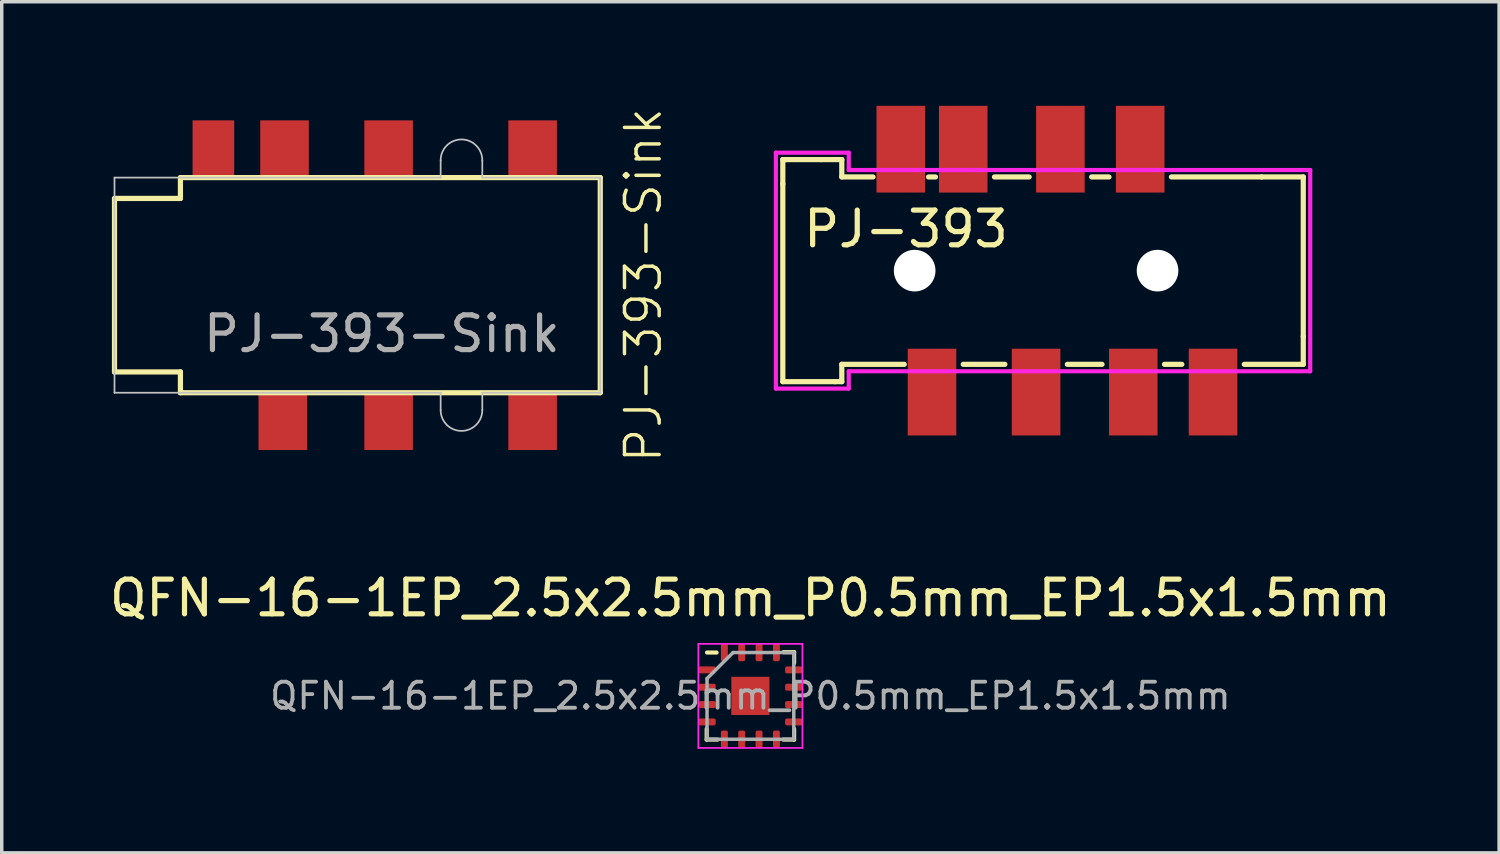
<source format=kicad_pcb>
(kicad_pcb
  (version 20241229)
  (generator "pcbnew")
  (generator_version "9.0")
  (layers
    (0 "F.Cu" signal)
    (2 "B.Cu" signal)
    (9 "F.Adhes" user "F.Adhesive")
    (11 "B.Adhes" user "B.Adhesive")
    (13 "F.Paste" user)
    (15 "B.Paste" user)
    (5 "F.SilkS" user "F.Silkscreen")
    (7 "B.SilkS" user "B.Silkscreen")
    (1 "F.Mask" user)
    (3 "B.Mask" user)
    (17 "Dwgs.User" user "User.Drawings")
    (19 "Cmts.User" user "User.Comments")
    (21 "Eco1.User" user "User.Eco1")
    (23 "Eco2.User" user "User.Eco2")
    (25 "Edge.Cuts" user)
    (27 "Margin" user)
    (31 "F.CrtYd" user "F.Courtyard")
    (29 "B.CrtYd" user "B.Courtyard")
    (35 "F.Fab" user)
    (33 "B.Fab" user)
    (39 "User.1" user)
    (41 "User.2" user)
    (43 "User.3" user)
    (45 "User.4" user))
  (footprint "PJ-393"
    (layer "F.Cu")
    (at 21.011 4.75)
    (property "Reference" "PJ-393" (at 2.05 -1.2 0) (layer "F.SilkS") (effects (font (size 1 1) (thickness 0.15))))
    (attr through_hole)
    (fp_line (start -1.5 -3.2) (end -1.5 -2.5) (stroke (width 0.15) (type solid)) (layer "F.SilkS"))
    (fp_line (start -1.5 -2.5) (end -1.5 3.2) (stroke (width 0.15) (type solid)) (layer "F.SilkS"))
    (fp_line (start -1.5 3.2) (end 0 3.2) (stroke (width 0.15) (type solid)) (layer "F.SilkS"))
    (fp_line (start -1.4 -3.2) (end -1.5 -3.2) (stroke (width 0.15) (type solid)) (layer "F.SilkS"))
    (fp_line (start -0.4 -3.2) (end -1.4 -3.2) (stroke (width 0.15) (type solid)) (layer "F.SilkS"))
    (fp_line (start 0 3.2) (end 0.2 3.2) (stroke (width 0.15) (type solid)) (layer "F.SilkS"))
    (fp_line (start 0.2 -3.2) (end -0.4 -3.2) (stroke (width 0.15) (type solid)) (layer "F.SilkS"))
    (fp_line (start 0.2 -2.7) (end 0.2 -3.2) (stroke (width 0.15) (type solid)) (layer "F.SilkS"))
    (fp_line (start 0.2 2.7) (end 2 2.7) (stroke (width 0.15) (type solid)) (layer "F.SilkS"))
    (fp_line (start 0.2 3.2) (end 0.2 2.7) (stroke (width 0.15) (type solid)) (layer "F.SilkS"))
    (fp_line (start 1.1 -2.7) (end 0.2 -2.7) (stroke (width 0.15) (type solid)) (layer "F.SilkS"))
    (fp_line (start 2.9 -2.7) (end 2.7 -2.7) (stroke (width 0.15) (type solid)) (layer "F.SilkS"))
    (fp_line (start 3.7 2.7) (end 4.9 2.7) (stroke (width 0.15) (type solid)) (layer "F.SilkS"))
    (fp_line (start 5.6 -2.7) (end 4.6 -2.7) (stroke (width 0.15) (type solid)) (layer "F.SilkS"))
    (fp_line (start 6.7 2.7) (end 7.7 2.7) (stroke (width 0.15) (type solid)) (layer "F.SilkS"))
    (fp_line (start 7.9 -2.7) (end 7.4 -2.7) (stroke (width 0.15) (type solid)) (layer "F.SilkS"))
    (fp_line (start 9.5 2.7) (end 10 2.7) (stroke (width 0.15) (type solid)) (layer "F.SilkS"))
    (fp_line (start 11.8 2.7) (end 13.5 2.7) (stroke (width 0.15) (type solid)) (layer "F.SilkS"))
    (fp_line (start 12.3 -2.7) (end 9.7 -2.7) (stroke (width 0.15) (type solid)) (layer "F.SilkS"))
    (fp_line (start 13.5 -2.7) (end 12.3 -2.7) (stroke (width 0.15) (type solid)) (layer "F.SilkS"))
    (fp_line (start 13.5 1.9) (end 13.5 -2.7) (stroke (width 0.15) (type solid)) (layer "F.SilkS"))
    (fp_line (start 13.5 2.7) (end 13.5 1.9) (stroke (width 0.15) (type solid)) (layer "F.SilkS"))
    (fp_line (start -1.7 -3.4) (end -1.7 3.4) (stroke (width 0.12) (type solid)) (layer "F.CrtYd"))
    (fp_line (start -1.7 -3.4) (end 0.4 -3.4) (stroke (width 0.12) (type solid)) (layer "F.CrtYd"))
    (fp_line (start -1.7 3.4) (end 0.4 3.4) (stroke (width 0.12) (type solid)) (layer "F.CrtYd"))
    (fp_line (start 0.4 -3.4) (end 0.4 -2.9) (stroke (width 0.12) (type solid)) (layer "F.CrtYd"))
    (fp_line (start 0.4 -2.9) (end 13.7 -2.9) (stroke (width 0.12) (type solid)) (layer "F.CrtYd"))
    (fp_line (start 0.4 3.4) (end 0.4 2.9) (stroke (width 0.12) (type solid)) (layer "F.CrtYd"))
    (fp_line (start 13.7 -2.9) (end 13.7 2.9) (stroke (width 0.12) (type solid)) (layer "F.CrtYd"))
    (fp_line (start 13.7 2.9) (end 0.4 2.9) (stroke (width 0.12) (type solid)) (layer "F.CrtYd"))
    (pad "" np_thru_hole circle (at 2.3 0) (size 1.2 1.2) (drill 1.2) (layers "*.Cu" "*.Mask"))
    (pad "" np_thru_hole circle (at 9.3 0) (size 1.2 1.2) (drill 1.2) (layers "*.Cu" "*.Mask"))
    (pad "1" smd rect (at 2.8 3.5) (size 1.4 2.5) (layers "F.Cu" "F.Mask" "F.Paste"))
    (pad "2" smd rect (at 8.8 -3.5) (size 1.4 2.5) (layers "F.Cu" "F.Mask" "F.Paste"))
    (pad "3" smd rect (at 8.6 3.5) (size 1.4 2.5) (layers "F.Cu" "F.Mask" "F.Paste"))
    (pad "4" smd rect (at 5.8 3.5) (size 1.4 2.5) (layers "F.Cu" "F.Mask" "F.Paste"))
    (pad "5" smd rect (at 10.9 3.5) (size 1.4 2.5) (layers "F.Cu" "F.Mask" "F.Paste"))
    (pad "6" smd rect (at 6.5 -3.5) (size 1.4 2.5) (layers "F.Cu" "F.Mask" "F.Paste"))
    (pad "7" smd rect (at 3.7 -3.5) (size 1.4 2.5) (layers "F.Cu" "F.Mask" "F.Paste"))
    (pad "8" smd rect (at 1.9 -3.5) (size 1.4 2.5) (layers "F.Cu" "F.Mask" "F.Paste")))
  (footprint "PJ-393-Sink"
    (layer "F.Cu")
    (at 0.25 5.169)
    (property "Reference" "PJ-393-Sink" (at 15.24 0 90) (unlocked yes) (layer "F.SilkS") (effects (font (size 1 1) (thickness 0.1))))
    (attr smd)
    (fp_line (start 0 -2.5) (end 0 2.5) (stroke (width 0.15) (type solid)) (layer "F.SilkS"))
    (fp_line (start 1.9 -3.1) (end 1.9 -2.5) (stroke (width 0.15) (type solid)) (layer "F.SilkS"))
    (fp_line (start 1.9 -3.1) (end 14 -3.1) (stroke (width 0.15) (type solid)) (layer "F.SilkS"))
    (fp_line (start 1.9 -2.5) (end 0 -2.5) (stroke (width 0.15) (type solid)) (layer "F.SilkS"))
    (fp_line (start 1.9 2.5) (end 0 2.5) (stroke (width 0.15) (type solid)) (layer "F.SilkS"))
    (fp_line (start 1.9 2.5) (end 1.9 3.1) (stroke (width 0.15) (type solid)) (layer "F.SilkS"))
    (fp_line (start 1.9 3.1) (end 14 3.1) (stroke (width 0.15) (type solid)) (layer "F.SilkS"))
    (fp_line (start 14 -3.1) (end 14 3.1) (stroke (width 0.15) (type solid)) (layer "F.SilkS"))
    (fp_line (start 0 -3.1) (end 0 3.1) (stroke (width 0.05) (type solid)) (layer "Dwgs.User"))
    (fp_line (start 9.4 -3.1) (end 0 -3.1) (stroke (width 0.05) (type solid)) (layer "Dwgs.User"))
    (fp_line (start 9.4 -3.1) (end 9.4 -3.6) (stroke (width 0.05) (type solid)) (layer "Dwgs.User"))
    (fp_line (start 9.4 3.1) (end 0 3.1) (stroke (width 0.05) (type solid)) (layer "Dwgs.User"))
    (fp_line (start 9.4 3.1) (end 9.4 3.6) (stroke (width 0.05) (type solid)) (layer "Dwgs.User"))
    (fp_line (start 10.6 -3.1) (end 10.6 -3.6) (stroke (width 0.05) (type solid)) (layer "Dwgs.User"))
    (fp_line (start 10.6 -3.1) (end 14 -3.1) (stroke (width 0.05) (type solid)) (layer "Dwgs.User"))
    (fp_line (start 10.6 3.1) (end 10.6 3.6) (stroke (width 0.05) (type solid)) (layer "Dwgs.User"))
    (fp_line (start 10.6 3.1) (end 14 3.1) (stroke (width 0.05) (type solid)) (layer "Dwgs.User"))
    (fp_line (start 14 -3.1) (end 14 3.1) (stroke (width 0.05) (type solid)) (layer "Dwgs.User"))
    (fp_arc (start 9.4 -3.599932) (mid 9.999966 -4.2) (end 10.6 -3.6) (stroke (width 0.05) (type solid)) (layer "Dwgs.User"))
    (fp_arc (start 10.6 3.6) (mid 9.999966 4.2) (end 9.4 3.599932) (stroke (width 0.05) (type solid)) (layer "Dwgs.User"))
    (fp_text user "${REFERENCE}" (at 7.704 1.401 0) (unlocked yes) (layer "F.Fab") (effects (font (size 1 1) (thickness 0.15))))
    (pad "1" smd rect (at 2.85 -3.95) (size 1.2 1.6) (layers "F.Cu" "F.Mask" "F.Paste"))
    (pad "2" smd rect (at 4.85 3.95) (size 1.4 1.6) (layers "F.Cu" "F.Mask" "F.Paste"))
    (pad "3" smd rect (at 4.9 -3.95) (size 1.4 1.6) (layers "F.Cu" "F.Mask" "F.Paste"))
    (pad "4" smd rect (at 7.9 3.95) (size 1.4 1.6) (layers "F.Cu" "F.Mask" "F.Paste"))
    (pad "5" smd rect (at 7.9 -3.95) (size 1.4 1.6) (layers "F.Cu" "F.Mask" "F.Paste"))
    (pad "6" smd rect (at 12.05 3.95) (size 1.4 1.6) (layers "F.Cu" "F.Mask" "F.Paste"))
    (pad "7" smd rect (at 12.05 -3.95) (size 1.4 1.6) (layers "F.Cu" "F.Mask" "F.Paste")))
  (footprint "QFN-16-1EP_2.5x2.5mm_P0.5mm_EP1.5x1.5mm"
    (layer "F.Cu")
    (at 18.577 17.006)
    (property "Reference" "QFN-16-1EP_2.5x2.5mm_P0.5mm_EP1.5x1.5mm" (at 0 -2.82 0) (layer "F.SilkS") (effects (font (size 1 1) (thickness 0.15))))
    (attr smd)
    (fp_line (start -1.26 1.26) (end -1.26 0.95) (stroke (width 0.12) (type solid)) (layer "F.SilkS"))
    (fp_line (start -0.975 -1.25) (end -1.25 -1.25) (stroke (width 0.12) (type solid)) (layer "F.SilkS"))
    (fp_line (start -0.95 1.26) (end -1.26 1.26) (stroke (width 0.12) (type solid)) (layer "F.SilkS"))
    (fp_line (start 0.95 -1.26) (end 1.26 -1.26) (stroke (width 0.12) (type solid)) (layer "F.SilkS"))
    (fp_line (start 1.26 -1.26) (end 1.26 -0.95) (stroke (width 0.12) (type solid)) (layer "F.SilkS"))
    (fp_line (start 1.26 0.95) (end 1.26 1.26) (stroke (width 0.12) (type solid)) (layer "F.SilkS"))
    (fp_line (start 1.26 1.26) (end 0.95 1.26) (stroke (width 0.12) (type solid)) (layer "F.SilkS"))
    (fp_line (start -1.5 -1.5) (end -1.5 1.5) (stroke (width 0.05) (type solid)) (layer "F.CrtYd"))
    (fp_line (start -1.5 1.5) (end 1.5 1.5) (stroke (width 0.05) (type solid)) (layer "F.CrtYd"))
    (fp_line (start 1.5 -1.5) (end -1.5 -1.5) (stroke (width 0.05) (type solid)) (layer "F.CrtYd"))
    (fp_line (start 1.5 1.5) (end 1.5 -1.5) (stroke (width 0.05) (type solid)) (layer "F.CrtYd"))
    (fp_line (start -1.25 -0.5) (end -0.5 -1.25) (stroke (width 0.1) (type solid)) (layer "F.Fab"))
    (fp_line (start -1.25 1.25) (end -1.25 -0.5) (stroke (width 0.1) (type solid)) (layer "F.Fab"))
    (fp_line (start -0.5 -1.25) (end 1.25 -1.25) (stroke (width 0.1) (type solid)) (layer "F.Fab"))
    (fp_line (start 1.25 -1.25) (end 1.25 1.25) (stroke (width 0.1) (type solid)) (layer "F.Fab"))
    (fp_line (start 1.25 1.25) (end -1.25 1.25) (stroke (width 0.1) (type solid)) (layer "F.Fab"))
    (fp_text user "${REFERENCE}" (at 0 0 0) (layer "F.Fab") (effects (font (size 0.75 0.75) (thickness 0.11))))
    (pad "1" smd roundrect (at -1.25 -0.75) (size 0.5 0.2) (layers "F.Cu" "F.Mask" "F.Paste") (roundrect_rratio 0.25))
    (pad "2" smd roundrect (at -1.25 -0.25) (size 0.5 0.2) (layers "F.Cu" "F.Mask" "F.Paste") (roundrect_rratio 0.25))
    (pad "3" smd roundrect (at -1.25 0.25) (size 0.5 0.2) (layers "F.Cu" "F.Mask" "F.Paste") (roundrect_rratio 0.25))
    (pad "4" smd roundrect (at -1.25 0.75) (size 0.5 0.2) (layers "F.Cu" "F.Mask" "F.Paste") (roundrect_rratio 0.25))
    (pad "5" smd roundrect (at -0.75 1.25 90) (size 0.5 0.2) (layers "F.Cu" "F.Mask" "F.Paste") (roundrect_rratio 0.25))
    (pad "6" smd roundrect (at -0.25 1.25 90) (size 0.5 0.2) (layers "F.Cu" "F.Mask" "F.Paste") (roundrect_rratio 0.25))
    (pad "7" smd roundrect (at 0.25 1.25 90) (size 0.5 0.2) (layers "F.Cu" "F.Mask" "F.Paste") (roundrect_rratio 0.25))
    (pad "8" smd roundrect (at 0.75 1.25 90) (size 0.5 0.2) (layers "F.Cu" "F.Mask" "F.Paste") (roundrect_rratio 0.25))
    (pad "9" smd roundrect (at 1.25 0.75 180) (size 0.5 0.2) (layers "F.Cu" "F.Mask" "F.Paste") (roundrect_rratio 0.25))
    (pad "10" smd roundrect (at 1.25 0.25 180) (size 0.5 0.2) (layers "F.Cu" "F.Mask" "F.Paste") (roundrect_rratio 0.25))
    (pad "11" smd roundrect (at 1.25 -0.25 180) (size 0.5 0.2) (layers "F.Cu" "F.Mask" "F.Paste") (roundrect_rratio 0.25))
    (pad "12" smd roundrect (at 1.25 -0.75 180) (size 0.5 0.2) (layers "F.Cu" "F.Mask" "F.Paste") (roundrect_rratio 0.25))
    (pad "13" smd roundrect (at 0.75 -1.25 270) (size 0.5 0.2) (layers "F.Cu" "F.Mask" "F.Paste") (roundrect_rratio 0.25))
    (pad "14" smd roundrect (at 0.25 -1.25 270) (size 0.5 0.2) (layers "F.Cu" "F.Mask" "F.Paste") (roundrect_rratio 0.25))
    (pad "15" smd roundrect (at -0.25 -1.25 270) (size 0.5 0.2) (layers "F.Cu" "F.Mask" "F.Paste") (roundrect_rratio 0.25))
    (pad "16" smd roundrect (at -0.75 -1.25 270) (size 0.5 0.2) (layers "F.Cu" "F.Mask" "F.Paste") (roundrect_rratio 0.25))
    (pad "17" smd rect (at 0 0) (size 1.1 1.1) (layers "F.Cu" "F.Mask")))
  (gr_rect
    (start -3 -3)
    (end 40.155 21.531)
    (stroke (width 0.1) (type default))
    (fill no)
    (layer "Edge.Cuts")))
</source>
